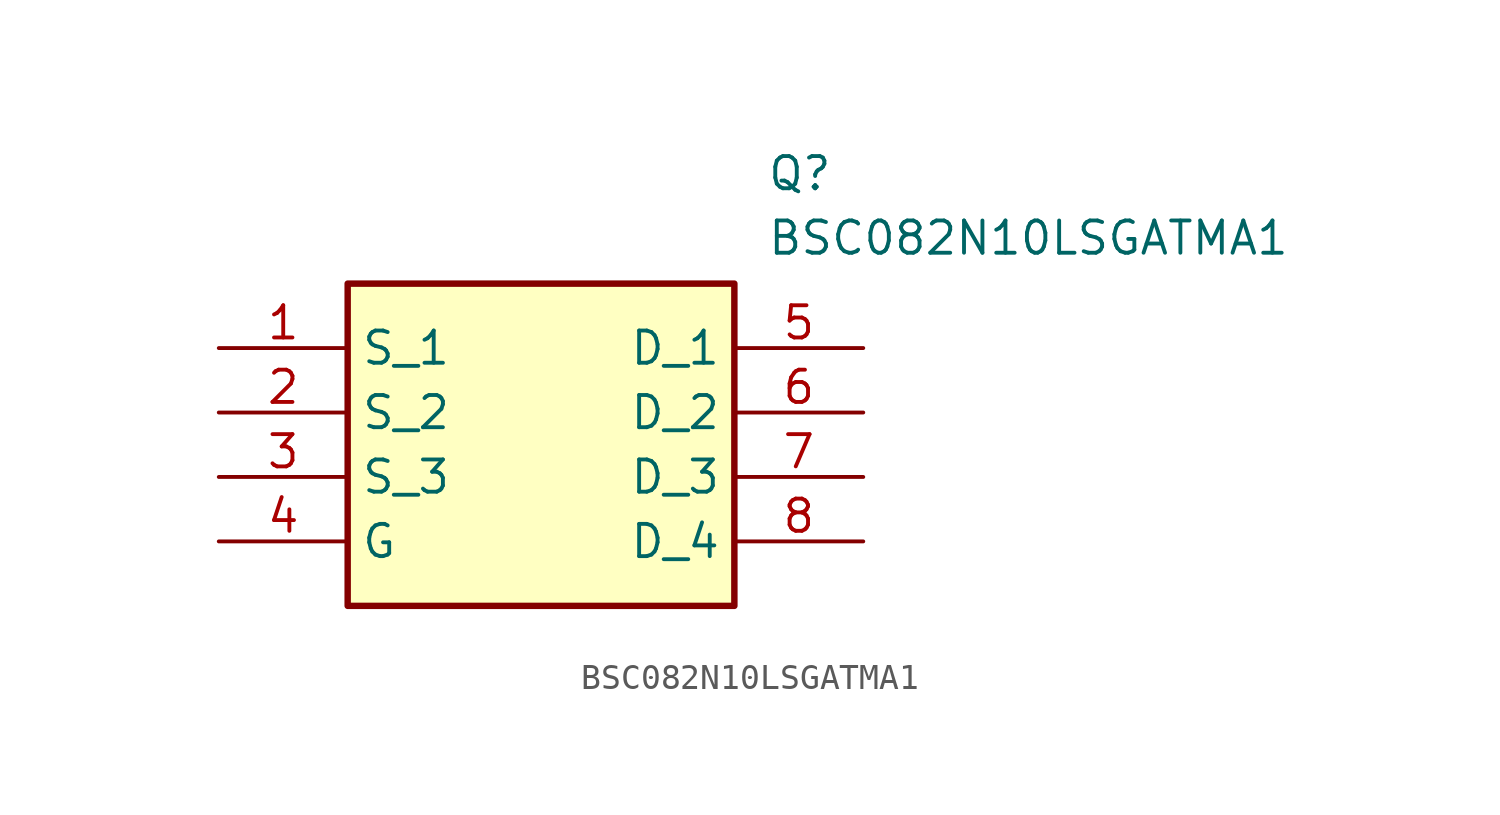
<source format=kicad_sym>
(kicad_symbol_lib
  (version 20211014)
  (generator SamacSys_ECAD_Model)
  (symbol "BSC082N10LSGATMA1"
    (property "Reference" "Q"
      (at 21.59 7.62 0)
      (effects (font (size 1.27 1.27)) (justify left top)))
    (property "Value" "BSC082N10LSGATMA1"
      (at 21.59 5.08 0)
      (effects (font (size 1.27 1.27)) (justify left top)))
    (rectangle
      (start 5.08 2.54)
      (end 20.32 -10.16)
      (stroke (width 0.254) (type default))
      (fill (type background)))
    (pin passive line
      (at 0 0 0)
      (length 5.08)
      (name "S_1" (effects (font (size 1.27 1.27))))
      (number "1" (effects (font (size 1.27 1.27)))))
    (pin passive line
      (at 0 -2.54 0)
      (length 5.08)
      (name "S_2" (effects (font (size 1.27 1.27))))
      (number "2" (effects (font (size 1.27 1.27)))))
    (pin passive line
      (at 0 -5.08 0)
      (length 5.08)
      (name "S_3" (effects (font (size 1.27 1.27))))
      (number "3" (effects (font (size 1.27 1.27)))))
    (pin passive line
      (at 0 -7.62 0)
      (length 5.08)
      (name "G" (effects (font (size 1.27 1.27))))
      (number "4" (effects (font (size 1.27 1.27)))))
    (pin passive line
      (at 25.4 0 180)
      (length 5.08)
      (name "D_1" (effects (font (size 1.27 1.27))))
      (number "5" (effects (font (size 1.27 1.27)))))
    (pin passive line
      (at 25.4 -2.54 180)
      (length 5.08)
      (name "D_2" (effects (font (size 1.27 1.27))))
      (number "6" (effects (font (size 1.27 1.27)))))
    (pin passive line
      (at 25.4 -5.08 180)
      (length 5.08)
      (name "D_3" (effects (font (size 1.27 1.27))))
      (number "7" (effects (font (size 1.27 1.27)))))
    (pin passive line
      (at 25.4 -7.62 180)
      (length 5.08)
      (name "D_4" (effects (font (size 1.27 1.27))))
      (number "8" (effects (font (size 1.27 1.27)))))))
</source>
